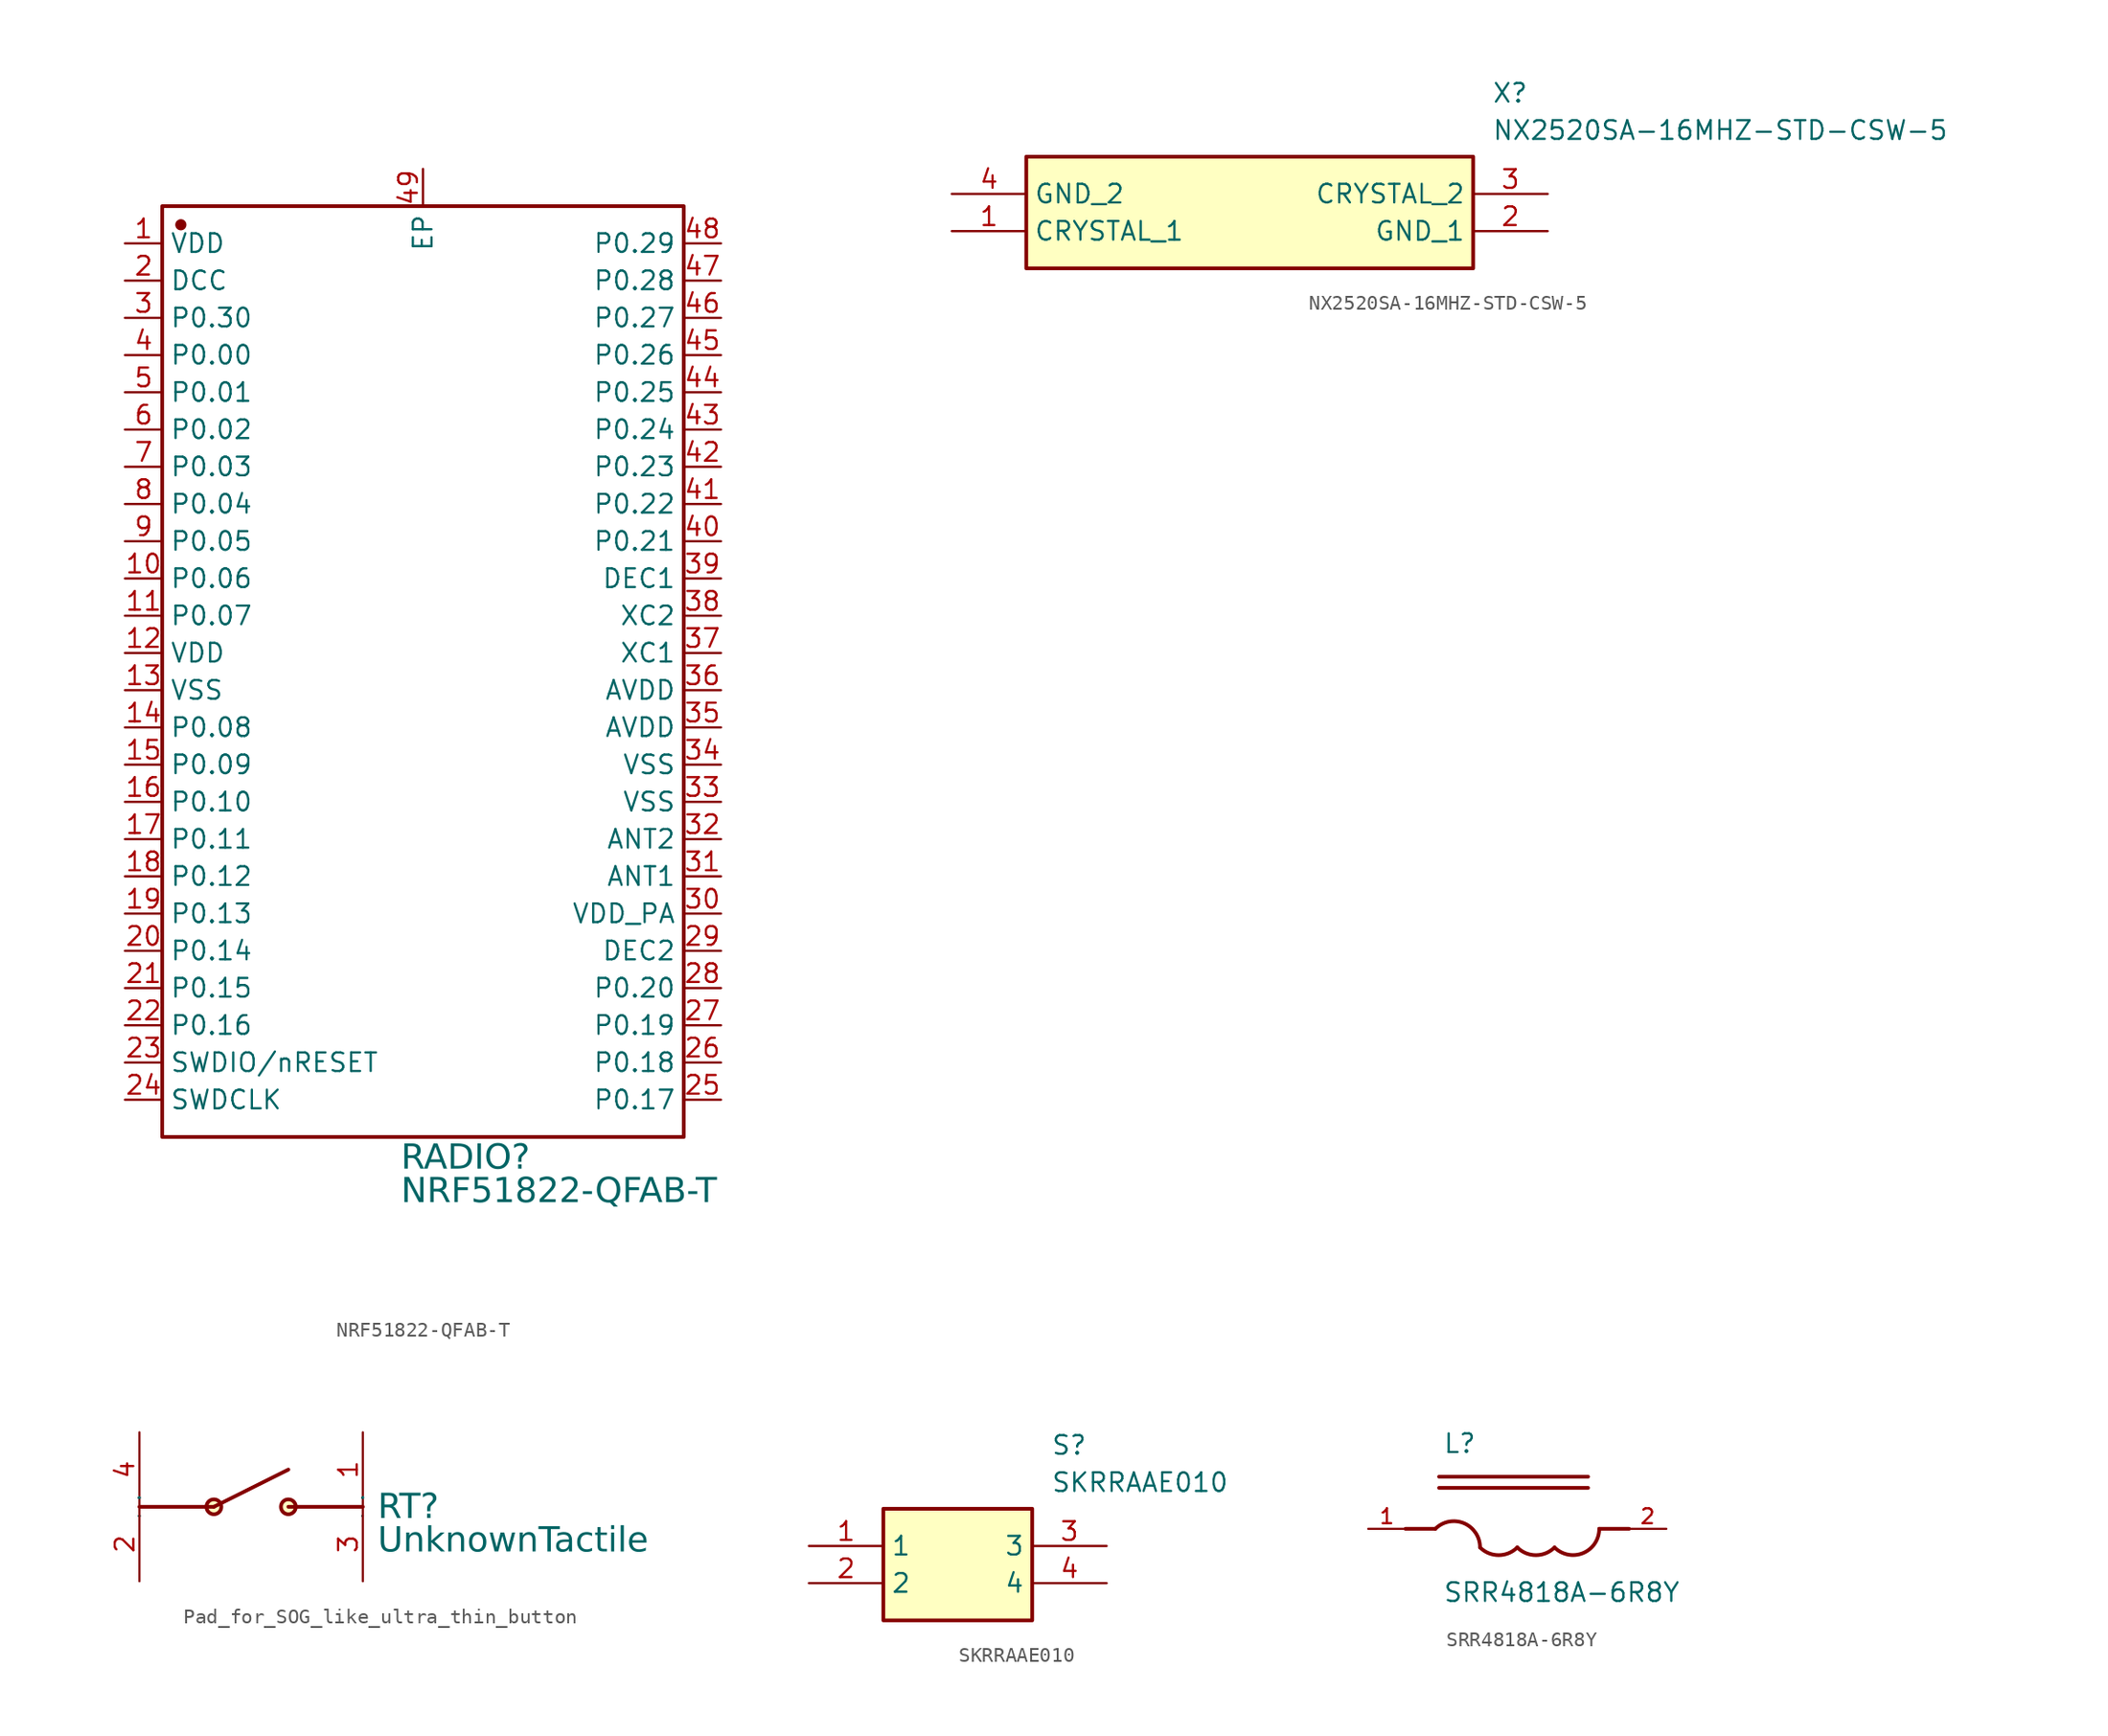
<source format=kicad_sym>
(kicad_symbol_lib
  (version 20241209)
  (generator "kicad_symbol_editor")
  (generator_version "9.0")
  (symbol "NRF51822-QFAB-T"
    (property "Reference" "RADIO"
      (at -1.499 -33.49 0)
      (effects (font (face "Arial") (size 1.689 1.689)) (justify left top)))
    (property "Value" "NRF51822-QFAB-T"
      (at -1.499 -35.776 0)
      (effects (font (face "Arial") (size 1.689 1.689)) (justify left top)))
    (symbol "NRF51822-QFAB-T_0_0"
      (rectangle (start -17.78 30.48) (end 17.78 -33.02) (stroke (width 0.254) (type solid)) (fill (type none)))
      (circle (center -16.51 29.21) (radius 0.254) (stroke (width 0.254) (type solid)) (fill (type outline)))
      (pin unspecified line (at -20.32 27.94 0) (length 2.54) (name "VDD" (effects (font (size 1.27 1.27)))) (number "1" (effects (font (size 1.27 1.27)))))
      (pin unspecified line (at -20.32 25.4 0) (length 2.54) (name "DCC" (effects (font (size 1.27 1.27)))) (number "2" (effects (font (size 1.27 1.27)))))
      (pin unspecified line (at -20.32 22.86 0) (length 2.54) (name "P0.30" (effects (font (size 1.27 1.27)))) (number "3" (effects (font (size 1.27 1.27)))))
      (pin unspecified line (at -20.32 20.32 0) (length 2.54) (name "P0.00" (effects (font (size 1.27 1.27)))) (number "4" (effects (font (size 1.27 1.27)))))
      (pin unspecified line (at -20.32 17.78 0) (length 2.54) (name "P0.01" (effects (font (size 1.27 1.27)))) (number "5" (effects (font (size 1.27 1.27)))))
      (pin unspecified line (at -20.32 15.24 0) (length 2.54) (name "P0.02" (effects (font (size 1.27 1.27)))) (number "6" (effects (font (size 1.27 1.27)))))
      (pin unspecified line (at -20.32 12.7 0) (length 2.54) (name "P0.03" (effects (font (size 1.27 1.27)))) (number "7" (effects (font (size 1.27 1.27)))))
      (pin unspecified line (at -20.32 10.16 0) (length 2.54) (name "P0.04" (effects (font (size 1.27 1.27)))) (number "8" (effects (font (size 1.27 1.27)))))
      (pin unspecified line (at -20.32 7.62 0) (length 2.54) (name "P0.05" (effects (font (size 1.27 1.27)))) (number "9" (effects (font (size 1.27 1.27)))))
      (pin unspecified line (at -20.32 5.08 0) (length 2.54) (name "P0.06" (effects (font (size 1.27 1.27)))) (number "10" (effects (font (size 1.27 1.27)))))
      (pin unspecified line (at -20.32 2.54 0) (length 2.54) (name "P0.07" (effects (font (size 1.27 1.27)))) (number "11" (effects (font (size 1.27 1.27)))))
      (pin unspecified line (at -20.32 0 0) (length 2.54) (name "VDD" (effects (font (size 1.27 1.27)))) (number "12" (effects (font (size 1.27 1.27)))))
      (pin unspecified line (at -20.32 -2.54 0) (length 2.54) (name "VSS" (effects (font (size 1.27 1.27)))) (number "13" (effects (font (size 1.27 1.27)))))
      (pin unspecified line (at -20.32 -5.08 0) (length 2.54) (name "P0.08" (effects (font (size 1.27 1.27)))) (number "14" (effects (font (size 1.27 1.27)))))
      (pin unspecified line (at -20.32 -7.62 0) (length 2.54) (name "P0.09" (effects (font (size 1.27 1.27)))) (number "15" (effects (font (size 1.27 1.27)))))
      (pin unspecified line (at -20.32 -10.16 0) (length 2.54) (name "P0.10" (effects (font (size 1.27 1.27)))) (number "16" (effects (font (size 1.27 1.27)))))
      (pin unspecified line (at -20.32 -12.7 0) (length 2.54) (name "P0.11" (effects (font (size 1.27 1.27)))) (number "17" (effects (font (size 1.27 1.27)))))
      (pin unspecified line (at -20.32 -15.24 0) (length 2.54) (name "P0.12" (effects (font (size 1.27 1.27)))) (number "18" (effects (font (size 1.27 1.27)))))
      (pin unspecified line (at -20.32 -17.78 0) (length 2.54) (name "P0.13" (effects (font (size 1.27 1.27)))) (number "19" (effects (font (size 1.27 1.27)))))
      (pin unspecified line (at -20.32 -20.32 0) (length 2.54) (name "P0.14" (effects (font (size 1.27 1.27)))) (number "20" (effects (font (size 1.27 1.27)))))
      (pin unspecified line (at -20.32 -22.86 0) (length 2.54) (name "P0.15" (effects (font (size 1.27 1.27)))) (number "21" (effects (font (size 1.27 1.27)))))
      (pin unspecified line (at -20.32 -25.4 0) (length 2.54) (name "P0.16" (effects (font (size 1.27 1.27)))) (number "22" (effects (font (size 1.27 1.27)))))
      (pin unspecified line (at -20.32 -27.94 0) (length 2.54) (name "SWDIO/nRESET" (effects (font (size 1.27 1.27)))) (number "23" (effects (font (size 1.27 1.27)))))
      (pin unspecified line (at -20.32 -30.48 0) (length 2.54) (name "SWDCLK" (effects (font (size 1.27 1.27)))) (number "24" (effects (font (size 1.27 1.27)))))
      (pin unspecified line (at 0 33.02 270) (length 2.54) (name "EP" (effects (font (size 1.27 1.27)))) (number "49" (effects (font (size 1.27 1.27)))))
      (pin unspecified line (at 20.32 27.94 180) (length 2.54) (name "P0.29" (effects (font (size 1.27 1.27)))) (number "48" (effects (font (size 1.27 1.27)))))
      (pin unspecified line (at 20.32 25.4 180) (length 2.54) (name "P0.28" (effects (font (size 1.27 1.27)))) (number "47" (effects (font (size 1.27 1.27)))))
      (pin unspecified line (at 20.32 22.86 180) (length 2.54) (name "P0.27" (effects (font (size 1.27 1.27)))) (number "46" (effects (font (size 1.27 1.27)))))
      (pin unspecified line (at 20.32 20.32 180) (length 2.54) (name "P0.26" (effects (font (size 1.27 1.27)))) (number "45" (effects (font (size 1.27 1.27)))))
      (pin unspecified line (at 20.32 17.78 180) (length 2.54) (name "P0.25" (effects (font (size 1.27 1.27)))) (number "44" (effects (font (size 1.27 1.27)))))
      (pin unspecified line (at 20.32 15.24 180) (length 2.54) (name "P0.24" (effects (font (size 1.27 1.27)))) (number "43" (effects (font (size 1.27 1.27)))))
      (pin unspecified line (at 20.32 12.7 180) (length 2.54) (name "P0.23" (effects (font (size 1.27 1.27)))) (number "42" (effects (font (size 1.27 1.27)))))
      (pin unspecified line (at 20.32 10.16 180) (length 2.54) (name "P0.22" (effects (font (size 1.27 1.27)))) (number "41" (effects (font (size 1.27 1.27)))))
      (pin unspecified line (at 20.32 7.62 180) (length 2.54) (name "P0.21" (effects (font (size 1.27 1.27)))) (number "40" (effects (font (size 1.27 1.27)))))
      (pin unspecified line (at 20.32 5.08 180) (length 2.54) (name "DEC1" (effects (font (size 1.27 1.27)))) (number "39" (effects (font (size 1.27 1.27)))))
      (pin unspecified line (at 20.32 2.54 180) (length 2.54) (name "XC2" (effects (font (size 1.27 1.27)))) (number "38" (effects (font (size 1.27 1.27)))))
      (pin unspecified line (at 20.32 0 180) (length 2.54) (name "XC1" (effects (font (size 1.27 1.27)))) (number "37" (effects (font (size 1.27 1.27)))))
      (pin unspecified line (at 20.32 -2.54 180) (length 2.54) (name "AVDD" (effects (font (size 1.27 1.27)))) (number "36" (effects (font (size 1.27 1.27)))))
      (pin unspecified line (at 20.32 -5.08 180) (length 2.54) (name "AVDD" (effects (font (size 1.27 1.27)))) (number "35" (effects (font (size 1.27 1.27)))))
      (pin unspecified line (at 20.32 -7.62 180) (length 2.54) (name "VSS" (effects (font (size 1.27 1.27)))) (number "34" (effects (font (size 1.27 1.27)))))
      (pin unspecified line (at 20.32 -10.16 180) (length 2.54) (name "VSS" (effects (font (size 1.27 1.27)))) (number "33" (effects (font (size 1.27 1.27)))))
      (pin unspecified line (at 20.32 -12.7 180) (length 2.54) (name "ANT2" (effects (font (size 1.27 1.27)))) (number "32" (effects (font (size 1.27 1.27)))))
      (pin unspecified line (at 20.32 -15.24 180) (length 2.54) (name "ANT1" (effects (font (size 1.27 1.27)))) (number "31" (effects (font (size 1.27 1.27)))))
      (pin unspecified line (at 20.32 -17.78 180) (length 2.54) (name "VDD_PA" (effects (font (size 1.27 1.27)))) (number "30" (effects (font (size 1.27 1.27)))))
      (pin unspecified line (at 20.32 -20.32 180) (length 2.54) (name "DEC2" (effects (font (size 1.27 1.27)))) (number "29" (effects (font (size 1.27 1.27)))))
      (pin unspecified line (at 20.32 -22.86 180) (length 2.54) (name "P0.20" (effects (font (size 1.27 1.27)))) (number "28" (effects (font (size 1.27 1.27)))))
      (pin unspecified line (at 20.32 -25.4 180) (length 2.54) (name "P0.19" (effects (font (size 1.27 1.27)))) (number "27" (effects (font (size 1.27 1.27)))))
      (pin unspecified line (at 20.32 -27.94 180) (length 2.54) (name "P0.18" (effects (font (size 1.27 1.27)))) (number "26" (effects (font (size 1.27 1.27)))))
      (pin unspecified line (at 20.32 -30.48 180) (length 2.54) (name "P0.17" (effects (font (size 1.27 1.27)))) (number "25" (effects (font (size 1.27 1.27)))))))
  (symbol "NX2520SA-16MHZ-STD-CSW-5"
    (property "Reference" "X"
      (at 36.83 7.62 0)
      (effects (font (size 1.27 1.27)) (justify left top)))
    (property "Value" "NX2520SA-16MHZ-STD-CSW-5"
      (at 36.83 5.08 0)
      (effects (font (size 1.27 1.27)) (justify left top)))
    (symbol "NX2520SA-16MHZ-STD-CSW-5_1_1"
      (rectangle (start 5.08 2.54) (end 35.56 -5.08) (stroke (width 0.254) (type default)) (fill (type background)))
      (pin passive line (at 0 0 0) (length 5.08) (name "GND_2" (effects (font (size 1.27 1.27)))) (number "4" (effects (font (size 1.27 1.27)))))
      (pin passive line (at 0 -2.54 0) (length 5.08) (name "CRYSTAL_1" (effects (font (size 1.27 1.27)))) (number "1" (effects (font (size 1.27 1.27)))))
      (pin passive line (at 40.64 0 180) (length 5.08) (name "CRYSTAL_2" (effects (font (size 1.27 1.27)))) (number "3" (effects (font (size 1.27 1.27)))))
      (pin passive line (at 40.64 -2.54 180) (length 5.08) (name "GND_1" (effects (font (size 1.27 1.27)))) (number "2" (effects (font (size 1.27 1.27)))))))
  (symbol "Pad_for_SOG_like_ultra_thin_button"
    (property "Reference" "RT"
      (at 8.636 0.927 0)
      (effects (font (face "Arial") (size 1.689 1.689)) (justify left top)))
    (property "Value" "UnknownTactile"
      (at 8.636 -1.359 0)
      (effects (font (face "Arial") (size 1.689 1.689)) (justify left top)))
    (symbol "Pad_for_SOG_like_ultra_thin_button_0_0"
      (polyline (pts (xy -7.62 0) (xy -5.08 0) (xy -2.54 0)) (stroke (width 0.254) (type solid)) (fill (type none)))
      (circle (center -2.54 0) (radius 0.508) (stroke (width 0.254) (type solid)) (fill (type background)))
      (polyline (pts (xy -2.54 0) (xy 2.54 2.54) (xy 0 1.27)) (stroke (width 0.254) (type solid)) (fill (type none)))
      (circle (center 2.54 0) (radius 0.508) (stroke (width 0.254) (type solid)) (fill (type background)))
      (polyline (pts (xy 7.62 0) (xy 2.54 0)) (stroke (width 0.254) (type solid)) (fill (type none)))
      (pin unspecified line (at -7.62 5.08 270) (length 5.08) (name "1" (effects (font (size 0.025 0.025)))) (number "4" (effects (font (size 1.27 1.27)))))
      (pin unspecified line (at -7.62 -5.08 90) (length 5.08) (name "2" (effects (font (size 0.025 0.025)))) (number "2" (effects (font (size 1.27 1.27)))))
      (pin unspecified line (at 7.62 5.08 270) (length 5.08) (name "4" (effects (font (size 0.025 0.025)))) (number "1" (effects (font (size 1.27 1.27)))))
      (pin unspecified line (at 7.62 -5.08 90) (length 5.08) (name "3" (effects (font (size 0.025 0.025)))) (number "3" (effects (font (size 1.27 1.27)))))))
  (symbol "SKRRAAE010"
    (property "Reference" "S"
      (at 16.51 7.62 0)
      (effects (font (size 1.27 1.27)) (justify left top)))
    (property "Value" "SKRRAAE010"
      (at 16.51 5.08 0)
      (effects (font (size 1.27 1.27)) (justify left top)))
    (symbol "SKRRAAE010_1_1"
      (rectangle (start 5.08 2.54) (end 15.24 -5.08) (stroke (width 0.254) (type default)) (fill (type background)))
      (pin passive line (at 0 0 0) (length 5.08) (name "1" (effects (font (size 1.27 1.27)))) (number "1" (effects (font (size 1.27 1.27)))))
      (pin passive line (at 0 -2.54 0) (length 5.08) (name "2" (effects (font (size 1.27 1.27)))) (number "2" (effects (font (size 1.27 1.27)))))
      (pin passive line (at 20.32 0 180) (length 5.08) (name "3" (effects (font (size 1.27 1.27)))) (number "3" (effects (font (size 1.27 1.27)))))
      (pin passive line (at 20.32 -2.54 180) (length 5.08) (name "4" (effects (font (size 1.27 1.27)))) (number "4" (effects (font (size 1.27 1.27)))))))
  (symbol "SRR4818A-6R8Y"
    (pin_names
      (offset 1.016))
    (property "Reference" "L"
      (at -5.08 5.08 0)
      (effects (font (size 1.27 1.27)) (justify left bottom)))
    (property "Value" "SRR4818A-6R8Y"
      (at -5.08 -5.08 0)
      (effects (font (size 1.27 1.27)) (justify left bottom)))
    (symbol "SRR4818A-6R8Y_0_0"
      (polyline (pts (xy -5.588 0) (xy -7.62 0)) (stroke (width 0.254) (type default)) (fill (type none)))
      (polyline (pts (xy -5.334 3.556) (xy 4.826 3.556)) (stroke (width 0.254) (type default)) (fill (type none)))
      (polyline (pts (xy -5.334 2.794) (xy 4.826 2.794)) (stroke (width 0.254) (type default)) (fill (type none)))
      (arc (start -5.588 0) (mid -3.6397 0.3833) (end -2.54 -1.27) (stroke (width 0.254) (type default)) (fill (type none)))
      (arc (start 0 -1.27) (mid -1.27 -1.7961) (end -2.54 -1.27) (stroke (width 0.254) (type default)) (fill (type none)))
      (arc (start 2.54 -1.27) (mid 1.27 -1.7961) (end 0 -1.27) (stroke (width 0.254) (type default)) (fill (type none)))
      (arc (start 5.588 0) (mid 4.4883 -1.6535) (end 2.54 -1.27) (stroke (width 0.254) (type default)) (fill (type none)))
      (polyline (pts (xy 5.588 0) (xy 7.62 0)) (stroke (width 0.254) (type default)) (fill (type none)))
      (pin passive line (at -10.16 0 0) (length 2.54) (name "~" (effects (font (size 1.016 1.016)))) (number "1" (effects (font (size 1.016 1.016)))))
      (pin passive line (at 10.16 0 180) (length 2.54) (name "~" (effects (font (size 1.016 1.016)))) (number "2" (effects (font (size 1.016 1.016))))))))
</source>
